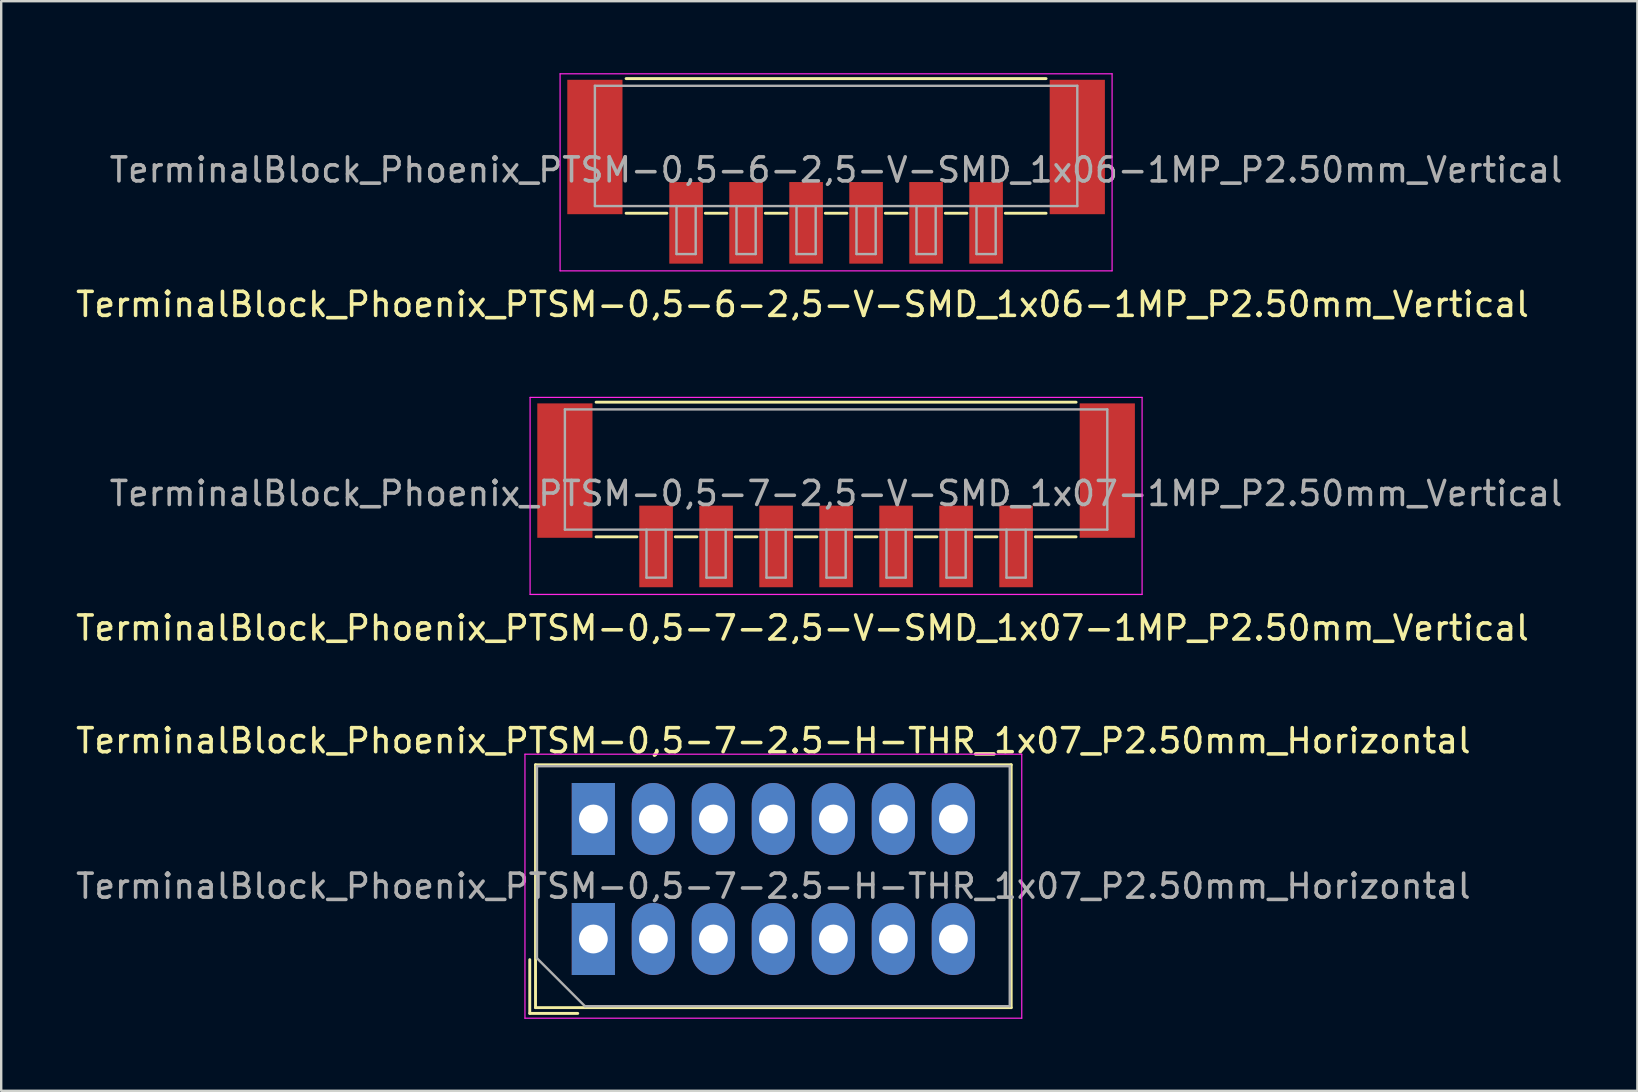
<source format=kicad_pcb>
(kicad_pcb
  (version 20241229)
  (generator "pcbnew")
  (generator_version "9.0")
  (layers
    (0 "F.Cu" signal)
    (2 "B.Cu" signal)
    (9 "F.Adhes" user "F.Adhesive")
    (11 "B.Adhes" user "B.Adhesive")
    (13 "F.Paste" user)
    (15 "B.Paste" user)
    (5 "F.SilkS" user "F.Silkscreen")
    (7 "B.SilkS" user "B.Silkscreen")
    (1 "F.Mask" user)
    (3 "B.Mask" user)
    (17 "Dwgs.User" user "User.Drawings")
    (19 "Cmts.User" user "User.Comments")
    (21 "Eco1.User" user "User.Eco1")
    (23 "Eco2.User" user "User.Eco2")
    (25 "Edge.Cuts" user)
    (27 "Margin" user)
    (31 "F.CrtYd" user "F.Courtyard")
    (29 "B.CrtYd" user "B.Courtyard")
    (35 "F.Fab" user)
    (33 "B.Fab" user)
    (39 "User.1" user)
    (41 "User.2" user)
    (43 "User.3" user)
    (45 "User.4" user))
  (footprint "TerminalBlock_Phoenix_PTSM-0,5-6-2,5-V-SMD_1x06-1MP_P2.50mm_Vertical"
    (layer "F.Cu")
    (at 31.787 4.105)
    (property "Reference" "TerminalBlock_Phoenix_PTSM-0,5-6-2,5-V-SMD_1x06-1MP_P2.50mm_Vertical" (at -1.4 5.53 0) (layer "F.SilkS") (effects (font (size 1 1) (thickness 0.15))))
    (attr smd)
    (fp_line (start -8.75 -3.88) (end 8.75 -3.88) (stroke (width 0.12) (type solid)) (layer "F.SilkS"))
    (fp_line (start -7.05 1.73) (end -8.75 1.73) (stroke (width 0.12) (type solid)) (layer "F.SilkS"))
    (fp_line (start -4.55 1.73) (end -5.45 1.73) (stroke (width 0.12) (type solid)) (layer "F.SilkS"))
    (fp_line (start -2.05 1.73) (end -2.95 1.73) (stroke (width 0.12) (type solid)) (layer "F.SilkS"))
    (fp_line (start 0.45 1.73) (end -0.45 1.73) (stroke (width 0.12) (type solid)) (layer "F.SilkS"))
    (fp_line (start 2.95 1.73) (end 2.05 1.73) (stroke (width 0.12) (type solid)) (layer "F.SilkS"))
    (fp_line (start 5.45 1.73) (end 4.55 1.73) (stroke (width 0.12) (type solid)) (layer "F.SilkS"))
    (fp_line (start 8.75 1.73) (end 7.05 1.73) (stroke (width 0.12) (type solid)) (layer "F.SilkS"))
    (fp_line (start -11.5 -4.08) (end 11.5 -4.08) (stroke (width 0.05) (type solid)) (layer "F.CrtYd"))
    (fp_line (start -11.5 4.13) (end -11.5 -4.08) (stroke (width 0.05) (type solid)) (layer "F.CrtYd"))
    (fp_line (start 11.5 -4.08) (end 11.5 4.13) (stroke (width 0.05) (type solid)) (layer "F.CrtYd"))
    (fp_line (start 11.5 4.13) (end -11.5 4.13) (stroke (width 0.05) (type solid)) (layer "F.CrtYd"))
    (fp_line (start -10.05 -3.58) (end 10.05 -3.58) (stroke (width 0.1) (type solid)) (layer "F.Fab"))
    (fp_line (start -10.05 1.43) (end -10.05 -3.58) (stroke (width 0.1) (type solid)) (layer "F.Fab"))
    (fp_line (start -6.65 1.43) (end -6.65 3.43) (stroke (width 0.1) (type solid)) (layer "F.Fab"))
    (fp_line (start -6.65 3.43) (end -5.85 3.43) (stroke (width 0.1) (type solid)) (layer "F.Fab"))
    (fp_line (start -5.85 1.43) (end -5.85 3.43) (stroke (width 0.1) (type solid)) (layer "F.Fab"))
    (fp_line (start -4.15 1.43) (end -4.15 3.43) (stroke (width 0.1) (type solid)) (layer "F.Fab"))
    (fp_line (start -4.15 3.43) (end -3.35 3.43) (stroke (width 0.1) (type solid)) (layer "F.Fab"))
    (fp_line (start -3.35 1.43) (end -3.35 3.43) (stroke (width 0.1) (type solid)) (layer "F.Fab"))
    (fp_line (start -1.65 1.43) (end -1.65 3.43) (stroke (width 0.1) (type solid)) (layer "F.Fab"))
    (fp_line (start -1.65 3.43) (end -0.85 3.43) (stroke (width 0.1) (type solid)) (layer "F.Fab"))
    (fp_line (start -0.85 1.43) (end -0.85 3.43) (stroke (width 0.1) (type solid)) (layer "F.Fab"))
    (fp_line (start 0.85 1.43) (end 0.85 3.43) (stroke (width 0.1) (type solid)) (layer "F.Fab"))
    (fp_line (start 0.85 3.43) (end 1.65 3.43) (stroke (width 0.1) (type solid)) (layer "F.Fab"))
    (fp_line (start 1.65 1.43) (end 1.65 3.43) (stroke (width 0.1) (type solid)) (layer "F.Fab"))
    (fp_line (start 3.35 1.43) (end 3.35 3.43) (stroke (width 0.1) (type solid)) (layer "F.Fab"))
    (fp_line (start 3.35 3.43) (end 4.15 3.43) (stroke (width 0.1) (type solid)) (layer "F.Fab"))
    (fp_line (start 4.15 1.43) (end 4.15 3.43) (stroke (width 0.1) (type solid)) (layer "F.Fab"))
    (fp_line (start 5.85 1.43) (end 5.85 3.43) (stroke (width 0.1) (type solid)) (layer "F.Fab"))
    (fp_line (start 5.85 3.43) (end 6.65 3.43) (stroke (width 0.1) (type solid)) (layer "F.Fab"))
    (fp_line (start 6.65 1.43) (end 6.65 3.43) (stroke (width 0.1) (type solid)) (layer "F.Fab"))
    (fp_line (start 10.05 1.43) (end -10.05 1.43) (stroke (width 0.1) (type solid)) (layer "F.Fab"))
    (fp_line (start 10.05 1.43) (end 10.05 -3.58) (stroke (width 0.1) (type solid)) (layer "F.Fab"))
    (fp_text user "${REFERENCE}" (at 0 -0.075 0) (layer "F.Fab") (effects (font (size 1 1) (thickness 0.15))))
    (pad "1" smd rect (at -6.25 2.13 180) (size 1.4 3.4) (layers "F.Cu" "F.Mask" "F.Paste"))
    (pad "2" smd rect (at -3.75 2.13 180) (size 1.4 3.4) (layers "F.Cu" "F.Mask" "F.Paste"))
    (pad "3" smd rect (at -1.25 2.13 180) (size 1.4 3.4) (layers "F.Cu" "F.Mask" "F.Paste"))
    (pad "4" smd rect (at 1.25 2.13 180) (size 1.4 3.4) (layers "F.Cu" "F.Mask" "F.Paste"))
    (pad "5" smd rect (at 3.75 2.13 180) (size 1.4 3.4) (layers "F.Cu" "F.Mask" "F.Paste"))
    (pad "6" smd rect (at 6.25 2.13 180) (size 1.4 3.4) (layers "F.Cu" "F.Mask" "F.Paste"))
    (pad "MP" smd rect (at -10.05 -1.03 180) (size 2.3 5.6) (layers "F.Cu" "F.Mask" "F.Paste"))
    (pad "MP" smd rect (at 10.05 -1.03 180) (size 2.3 5.6) (layers "F.Cu" "F.Mask" "F.Paste")))
  (footprint "TerminalBlock_Phoenix_PTSM-0,5-7-2,5-V-SMD_1x07-1MP_P2.50mm_Vertical"
    (layer "F.Cu")
    (at 31.787 17.588)
    (property "Reference" "TerminalBlock_Phoenix_PTSM-0,5-7-2,5-V-SMD_1x07-1MP_P2.50mm_Vertical" (at -1.4 5.53 0) (layer "F.SilkS") (effects (font (size 1 1) (thickness 0.15))))
    (attr smd)
    (fp_line (start -10 -3.88) (end 10 -3.88) (stroke (width 0.12) (type solid)) (layer "F.SilkS"))
    (fp_line (start -8.3 1.73) (end -10 1.73) (stroke (width 0.12) (type solid)) (layer "F.SilkS"))
    (fp_line (start -5.8 1.73) (end -6.7 1.73) (stroke (width 0.12) (type solid)) (layer "F.SilkS"))
    (fp_line (start -3.3 1.73) (end -4.2 1.73) (stroke (width 0.12) (type solid)) (layer "F.SilkS"))
    (fp_line (start -0.8 1.73) (end -1.7 1.73) (stroke (width 0.12) (type solid)) (layer "F.SilkS"))
    (fp_line (start 1.7 1.73) (end 0.8 1.73) (stroke (width 0.12) (type solid)) (layer "F.SilkS"))
    (fp_line (start 4.2 1.73) (end 3.3 1.73) (stroke (width 0.12) (type solid)) (layer "F.SilkS"))
    (fp_line (start 6.7 1.73) (end 5.8 1.73) (stroke (width 0.12) (type solid)) (layer "F.SilkS"))
    (fp_line (start 10 1.73) (end 8.3 1.73) (stroke (width 0.12) (type solid)) (layer "F.SilkS"))
    (fp_line (start -12.75 -4.08) (end 12.75 -4.08) (stroke (width 0.05) (type solid)) (layer "F.CrtYd"))
    (fp_line (start -12.75 4.13) (end -12.75 -4.08) (stroke (width 0.05) (type solid)) (layer "F.CrtYd"))
    (fp_line (start 12.75 -4.08) (end 12.75 4.13) (stroke (width 0.05) (type solid)) (layer "F.CrtYd"))
    (fp_line (start 12.75 4.13) (end -12.75 4.13) (stroke (width 0.05) (type solid)) (layer "F.CrtYd"))
    (fp_line (start -11.3 -3.58) (end 11.3 -3.58) (stroke (width 0.1) (type solid)) (layer "F.Fab"))
    (fp_line (start -11.3 1.43) (end -11.3 -3.58) (stroke (width 0.1) (type solid)) (layer "F.Fab"))
    (fp_line (start -7.9 1.43) (end -7.9 3.43) (stroke (width 0.1) (type solid)) (layer "F.Fab"))
    (fp_line (start -7.9 3.43) (end -7.1 3.43) (stroke (width 0.1) (type solid)) (layer "F.Fab"))
    (fp_line (start -7.1 1.43) (end -7.1 3.43) (stroke (width 0.1) (type solid)) (layer "F.Fab"))
    (fp_line (start -5.4 1.43) (end -5.4 3.43) (stroke (width 0.1) (type solid)) (layer "F.Fab"))
    (fp_line (start -5.4 3.43) (end -4.6 3.43) (stroke (width 0.1) (type solid)) (layer "F.Fab"))
    (fp_line (start -4.6 1.43) (end -4.6 3.43) (stroke (width 0.1) (type solid)) (layer "F.Fab"))
    (fp_line (start -2.9 1.43) (end -2.9 3.43) (stroke (width 0.1) (type solid)) (layer "F.Fab"))
    (fp_line (start -2.9 3.43) (end -2.1 3.43) (stroke (width 0.1) (type solid)) (layer "F.Fab"))
    (fp_line (start -2.1 1.43) (end -2.1 3.43) (stroke (width 0.1) (type solid)) (layer "F.Fab"))
    (fp_line (start -0.4 1.43) (end -0.4 3.43) (stroke (width 0.1) (type solid)) (layer "F.Fab"))
    (fp_line (start -0.4 3.43) (end 0.4 3.43) (stroke (width 0.1) (type solid)) (layer "F.Fab"))
    (fp_line (start 0.4 1.43) (end 0.4 3.43) (stroke (width 0.1) (type solid)) (layer "F.Fab"))
    (fp_line (start 2.1 1.43) (end 2.1 3.43) (stroke (width 0.1) (type solid)) (layer "F.Fab"))
    (fp_line (start 2.1 3.43) (end 2.9 3.43) (stroke (width 0.1) (type solid)) (layer "F.Fab"))
    (fp_line (start 2.9 1.43) (end 2.9 3.43) (stroke (width 0.1) (type solid)) (layer "F.Fab"))
    (fp_line (start 4.6 1.43) (end 4.6 3.43) (stroke (width 0.1) (type solid)) (layer "F.Fab"))
    (fp_line (start 4.6 3.43) (end 5.4 3.43) (stroke (width 0.1) (type solid)) (layer "F.Fab"))
    (fp_line (start 5.4 1.43) (end 5.4 3.43) (stroke (width 0.1) (type solid)) (layer "F.Fab"))
    (fp_line (start 7.1 1.43) (end 7.1 3.43) (stroke (width 0.1) (type solid)) (layer "F.Fab"))
    (fp_line (start 7.1 3.43) (end 7.9 3.43) (stroke (width 0.1) (type solid)) (layer "F.Fab"))
    (fp_line (start 7.9 1.43) (end 7.9 3.43) (stroke (width 0.1) (type solid)) (layer "F.Fab"))
    (fp_line (start 11.3 1.43) (end -11.3 1.43) (stroke (width 0.1) (type solid)) (layer "F.Fab"))
    (fp_line (start 11.3 1.43) (end 11.3 -3.58) (stroke (width 0.1) (type solid)) (layer "F.Fab"))
    (fp_text user "${REFERENCE}" (at 0 -0.075 0) (layer "F.Fab") (effects (font (size 1 1) (thickness 0.15))))
    (pad "1" smd rect (at -7.5 2.13 180) (size 1.4 3.4) (layers "F.Cu" "F.Mask" "F.Paste"))
    (pad "2" smd rect (at -5 2.13 180) (size 1.4 3.4) (layers "F.Cu" "F.Mask" "F.Paste"))
    (pad "3" smd rect (at -2.5 2.13 180) (size 1.4 3.4) (layers "F.Cu" "F.Mask" "F.Paste"))
    (pad "4" smd rect (at 0 2.13 180) (size 1.4 3.4) (layers "F.Cu" "F.Mask" "F.Paste"))
    (pad "5" smd rect (at 2.5 2.13 180) (size 1.4 3.4) (layers "F.Cu" "F.Mask" "F.Paste"))
    (pad "6" smd rect (at 5 2.13 180) (size 1.4 3.4) (layers "F.Cu" "F.Mask" "F.Paste"))
    (pad "7" smd rect (at 7.5 2.13 180) (size 1.4 3.4) (layers "F.Cu" "F.Mask" "F.Paste"))
    (pad "MP" smd rect (at -11.3 -1.03 180) (size 2.3 5.6) (layers "F.Cu" "F.Mask" "F.Paste"))
    (pad "MP" smd rect (at 11.3 -1.03 180) (size 2.3 5.6) (layers "F.Cu" "F.Mask" "F.Paste")))
  (footprint "TerminalBlock_Phoenix_PTSM-0,5-7-2.5-H-THR_1x07_P2.50mm_Horizontal"
    (layer "F.Cu")
    (at 21.673 36.075)
    (property "Reference" "TerminalBlock_Phoenix_PTSM-0,5-7-2.5-H-THR_1x07_P2.50mm_Horizontal" (at 7.5 -8.26 0) (layer "F.SilkS") (effects (font (size 1 1) (thickness 0.15))))
    (attr through_hole)
    (fp_line (start -2.65 0.86) (end -2.65 3.1) (stroke (width 0.12) (type solid)) (layer "F.SilkS"))
    (fp_line (start -2.65 3.1) (end -0.65 3.1) (stroke (width 0.12) (type solid)) (layer "F.SilkS"))
    (fp_line (start -2.41 -7.26) (end -2.41 2.86) (stroke (width 0.12) (type solid)) (layer "F.SilkS"))
    (fp_line (start -2.41 -7.26) (end 17.41 -7.26) (stroke (width 0.12) (type solid)) (layer "F.SilkS"))
    (fp_line (start -2.41 2.86) (end 17.41 2.86) (stroke (width 0.12) (type solid)) (layer "F.SilkS"))
    (fp_line (start 17.41 -7.26) (end 17.41 2.86) (stroke (width 0.12) (type solid)) (layer "F.SilkS"))
    (fp_line (start -2.85 -7.7) (end -2.85 3.3) (stroke (width 0.05) (type solid)) (layer "F.CrtYd"))
    (fp_line (start -2.85 3.3) (end 17.85 3.3) (stroke (width 0.05) (type solid)) (layer "F.CrtYd"))
    (fp_line (start 17.85 -7.7) (end -2.85 -7.7) (stroke (width 0.05) (type solid)) (layer "F.CrtYd"))
    (fp_line (start 17.85 3.3) (end 17.85 -7.7) (stroke (width 0.05) (type solid)) (layer "F.CrtYd"))
    (fp_line (start -2.35 -7.2) (end 17.35 -7.2) (stroke (width 0.1) (type solid)) (layer "F.Fab"))
    (fp_line (start -2.35 0.8) (end -2.35 -7.2) (stroke (width 0.1) (type solid)) (layer "F.Fab"))
    (fp_line (start -0.35 2.8) (end -2.35 0.8) (stroke (width 0.1) (type solid)) (layer "F.Fab"))
    (fp_line (start 17.35 -7.2) (end 17.35 2.8) (stroke (width 0.1) (type solid)) (layer "F.Fab"))
    (fp_line (start 17.35 2.8) (end -0.35 2.8) (stroke (width 0.1) (type solid)) (layer "F.Fab"))
    (fp_text user "${REFERENCE}" (at 7.5 -2.2 0) (layer "F.Fab") (effects (font (size 1 1) (thickness 0.15))))
    (pad "1" thru_hole rect (at 0 -5) (size 1.8 3) (drill 1.2) (layers "*.Cu" "*.Mask"))
    (pad "1" thru_hole rect (at 0 0) (size 1.8 3) (drill 1.2) (layers "*.Cu" "*.Mask"))
    (pad "2" thru_hole oval (at 2.5 -5) (size 1.8 3) (drill 1.2) (layers "*.Cu" "*.Mask"))
    (pad "2" thru_hole oval (at 2.5 0) (size 1.8 3) (drill 1.2) (layers "*.Cu" "*.Mask"))
    (pad "3" thru_hole oval (at 5 -5) (size 1.8 3) (drill 1.2) (layers "*.Cu" "*.Mask"))
    (pad "3" thru_hole oval (at 5 0) (size 1.8 3) (drill 1.2) (layers "*.Cu" "*.Mask"))
    (pad "4" thru_hole oval (at 7.5 -5) (size 1.8 3) (drill 1.2) (layers "*.Cu" "*.Mask"))
    (pad "4" thru_hole oval (at 7.5 0) (size 1.8 3) (drill 1.2) (layers "*.Cu" "*.Mask"))
    (pad "5" thru_hole oval (at 10 -5) (size 1.8 3) (drill 1.2) (layers "*.Cu" "*.Mask"))
    (pad "5" thru_hole oval (at 10 0) (size 1.8 3) (drill 1.2) (layers "*.Cu" "*.Mask"))
    (pad "6" thru_hole oval (at 12.5 -5) (size 1.8 3) (drill 1.2) (layers "*.Cu" "*.Mask"))
    (pad "6" thru_hole oval (at 12.5 0) (size 1.8 3) (drill 1.2) (layers "*.Cu" "*.Mask"))
    (pad "7" thru_hole oval (at 15 -5) (size 1.8 3) (drill 1.2) (layers "*.Cu" "*.Mask"))
    (pad "7" thru_hole oval (at 15 0) (size 1.8 3) (drill 1.2) (layers "*.Cu" "*.Mask")))
  (gr_rect
    (start -3 -3)
    (end 65.174 42.4)
    (stroke (width 0.1) (type default))
    (fill no)
    (layer "Edge.Cuts")))
</source>
